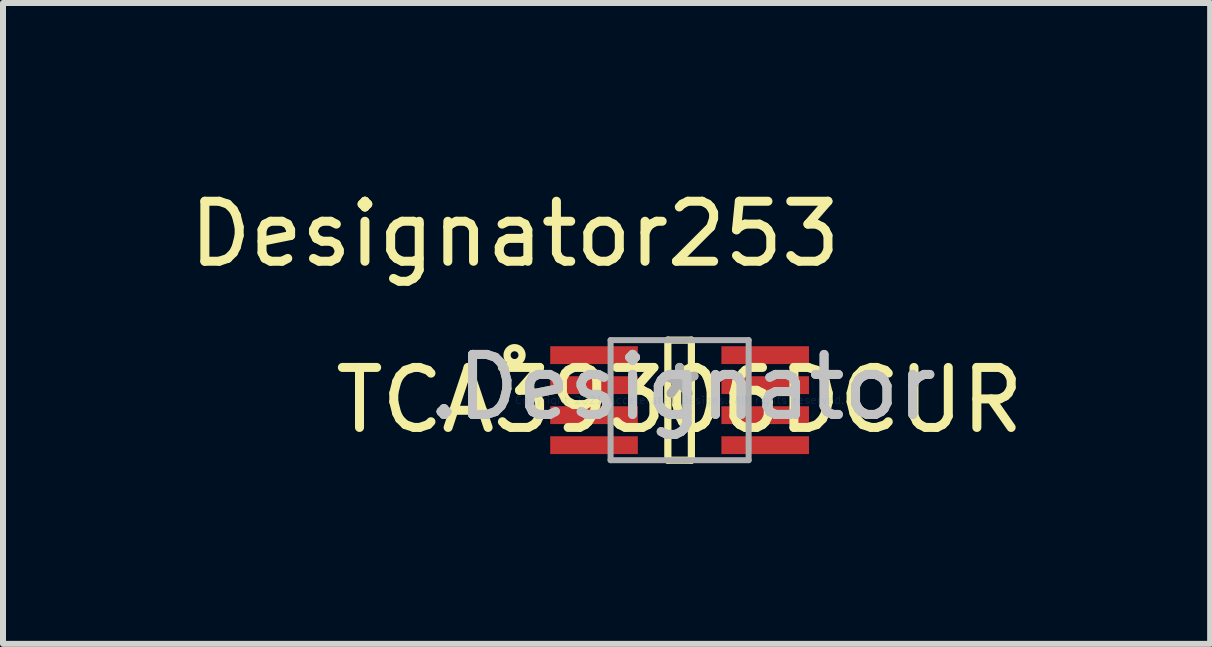
<source format=kicad_pcb>
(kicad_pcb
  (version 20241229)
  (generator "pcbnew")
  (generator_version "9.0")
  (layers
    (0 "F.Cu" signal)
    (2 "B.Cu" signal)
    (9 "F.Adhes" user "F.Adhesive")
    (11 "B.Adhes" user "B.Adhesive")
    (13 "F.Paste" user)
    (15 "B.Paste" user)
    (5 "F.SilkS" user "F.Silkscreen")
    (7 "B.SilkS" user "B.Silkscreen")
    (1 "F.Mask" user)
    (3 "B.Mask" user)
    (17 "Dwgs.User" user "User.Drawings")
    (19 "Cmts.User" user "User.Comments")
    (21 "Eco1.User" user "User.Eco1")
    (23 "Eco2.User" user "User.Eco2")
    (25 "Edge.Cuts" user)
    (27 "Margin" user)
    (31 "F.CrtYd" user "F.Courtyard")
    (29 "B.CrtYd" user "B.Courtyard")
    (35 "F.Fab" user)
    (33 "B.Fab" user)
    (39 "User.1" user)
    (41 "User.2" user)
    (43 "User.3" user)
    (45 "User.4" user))
  (footprint "TCA39306DCUR"
    (layer "F.Cu")
    (at 8.273 3.617)
    (property "Reference" "TCA39306DCUR" (at 0 0 0) (layer "F.SilkS") (effects (font (size 1 1) (thickness 0.15))))
    (attr through_hole)
    (fp_line (start -0.196 -1) (end 0.196 -1) (stroke (width 0.12) (type solid)) (layer "F.SilkS"))
    (fp_line (start -0.196 1) (end -0.196 -1) (stroke (width 0.12) (type solid)) (layer "F.SilkS"))
    (fp_line (start -0.196 1) (end 0.196 1) (stroke (width 0.12) (type solid)) (layer "F.SilkS"))
    (fp_line (start 0.196 1) (end 0.196 -1) (stroke (width 0.12) (type solid)) (layer "F.SilkS"))
    (fp_circle (center -2.75 -0.75) (end -2.625 -0.75) (stroke (width 0.12) (type solid)) (fill no) (layer "F.SilkS"))
    (fp_line (start -1.15 -1) (end 1.15 -1) (stroke (width 0.1) (type solid)) (layer "F.Fab"))
    (fp_line (start -1.15 1) (end -1.15 -1) (stroke (width 0.1) (type solid)) (layer "F.Fab"))
    (fp_line (start -1.15 1) (end 1.15 1) (stroke (width 0.1) (type solid)) (layer "F.Fab"))
    (fp_line (start 1.15 1) (end 1.15 -1) (stroke (width 0.1) (type solid)) (layer "F.Fab"))
    (fp_text user "*" (at 0 0 0) (layer "F.SilkS") (effects (font (size 1 1) (thickness 0.15))))
    (fp_text user "Designator253" (at -2.743 -2.769 0) (layer "F.SilkS") (effects (font (size 1 1) (thickness 0.15))))
    (fp_text user ".Designator" (at 0.05 -0.217 0) (layer "Dwgs.User") (effects (font (size 1 1) (thickness 0.15))))
    (fp_text user "Copyright 2021 Accelerated Designs. All rights reserved." (at 0 0 0) (layer "Cmts.User") (effects (font (size 0.127 0.127) (thickness 0.002))))
    (fp_text user ".Designator" (at 0.05 -0.217 0) (layer "F.Fab") (effects (font (size 1 1) (thickness 0.15))))
    (fp_text user "*" (at 0 0 0) (layer "F.Fab") (effects (font (size 1 1) (thickness 0.15))))
    (pad "1" smd rect (at -1.426 -0.75) (size 1.46 0.297) (layers "F.Cu" "F.Mask" "F.Paste"))
    (pad "2" smd rect (at -1.426 -0.25) (size 1.46 0.297) (layers "F.Cu" "F.Mask" "F.Paste"))
    (pad "3" smd rect (at -1.426 0.25) (size 1.46 0.297) (layers "F.Cu" "F.Mask" "F.Paste"))
    (pad "4" smd rect (at -1.426 0.75) (size 1.46 0.297) (layers "F.Cu" "F.Mask" "F.Paste"))
    (pad "5" smd rect (at 1.426 0.75) (size 1.46 0.297) (layers "F.Cu" "F.Mask" "F.Paste"))
    (pad "6" smd rect (at 1.426 0.25) (size 1.46 0.297) (layers "F.Cu" "F.Mask" "F.Paste"))
    (pad "7" smd rect (at 1.426 -0.25) (size 1.46 0.297) (layers "F.Cu" "F.Mask" "F.Paste"))
    (pad "8" smd rect (at 1.426 -0.75) (size 1.46 0.297) (layers "F.Cu" "F.Mask" "F.Paste")))
  (gr_rect
    (start -3 -3)
    (end 17.112 7.677)
    (stroke (width 0.1) (type default))
    (fill no)
    (layer "Edge.Cuts")))
</source>
